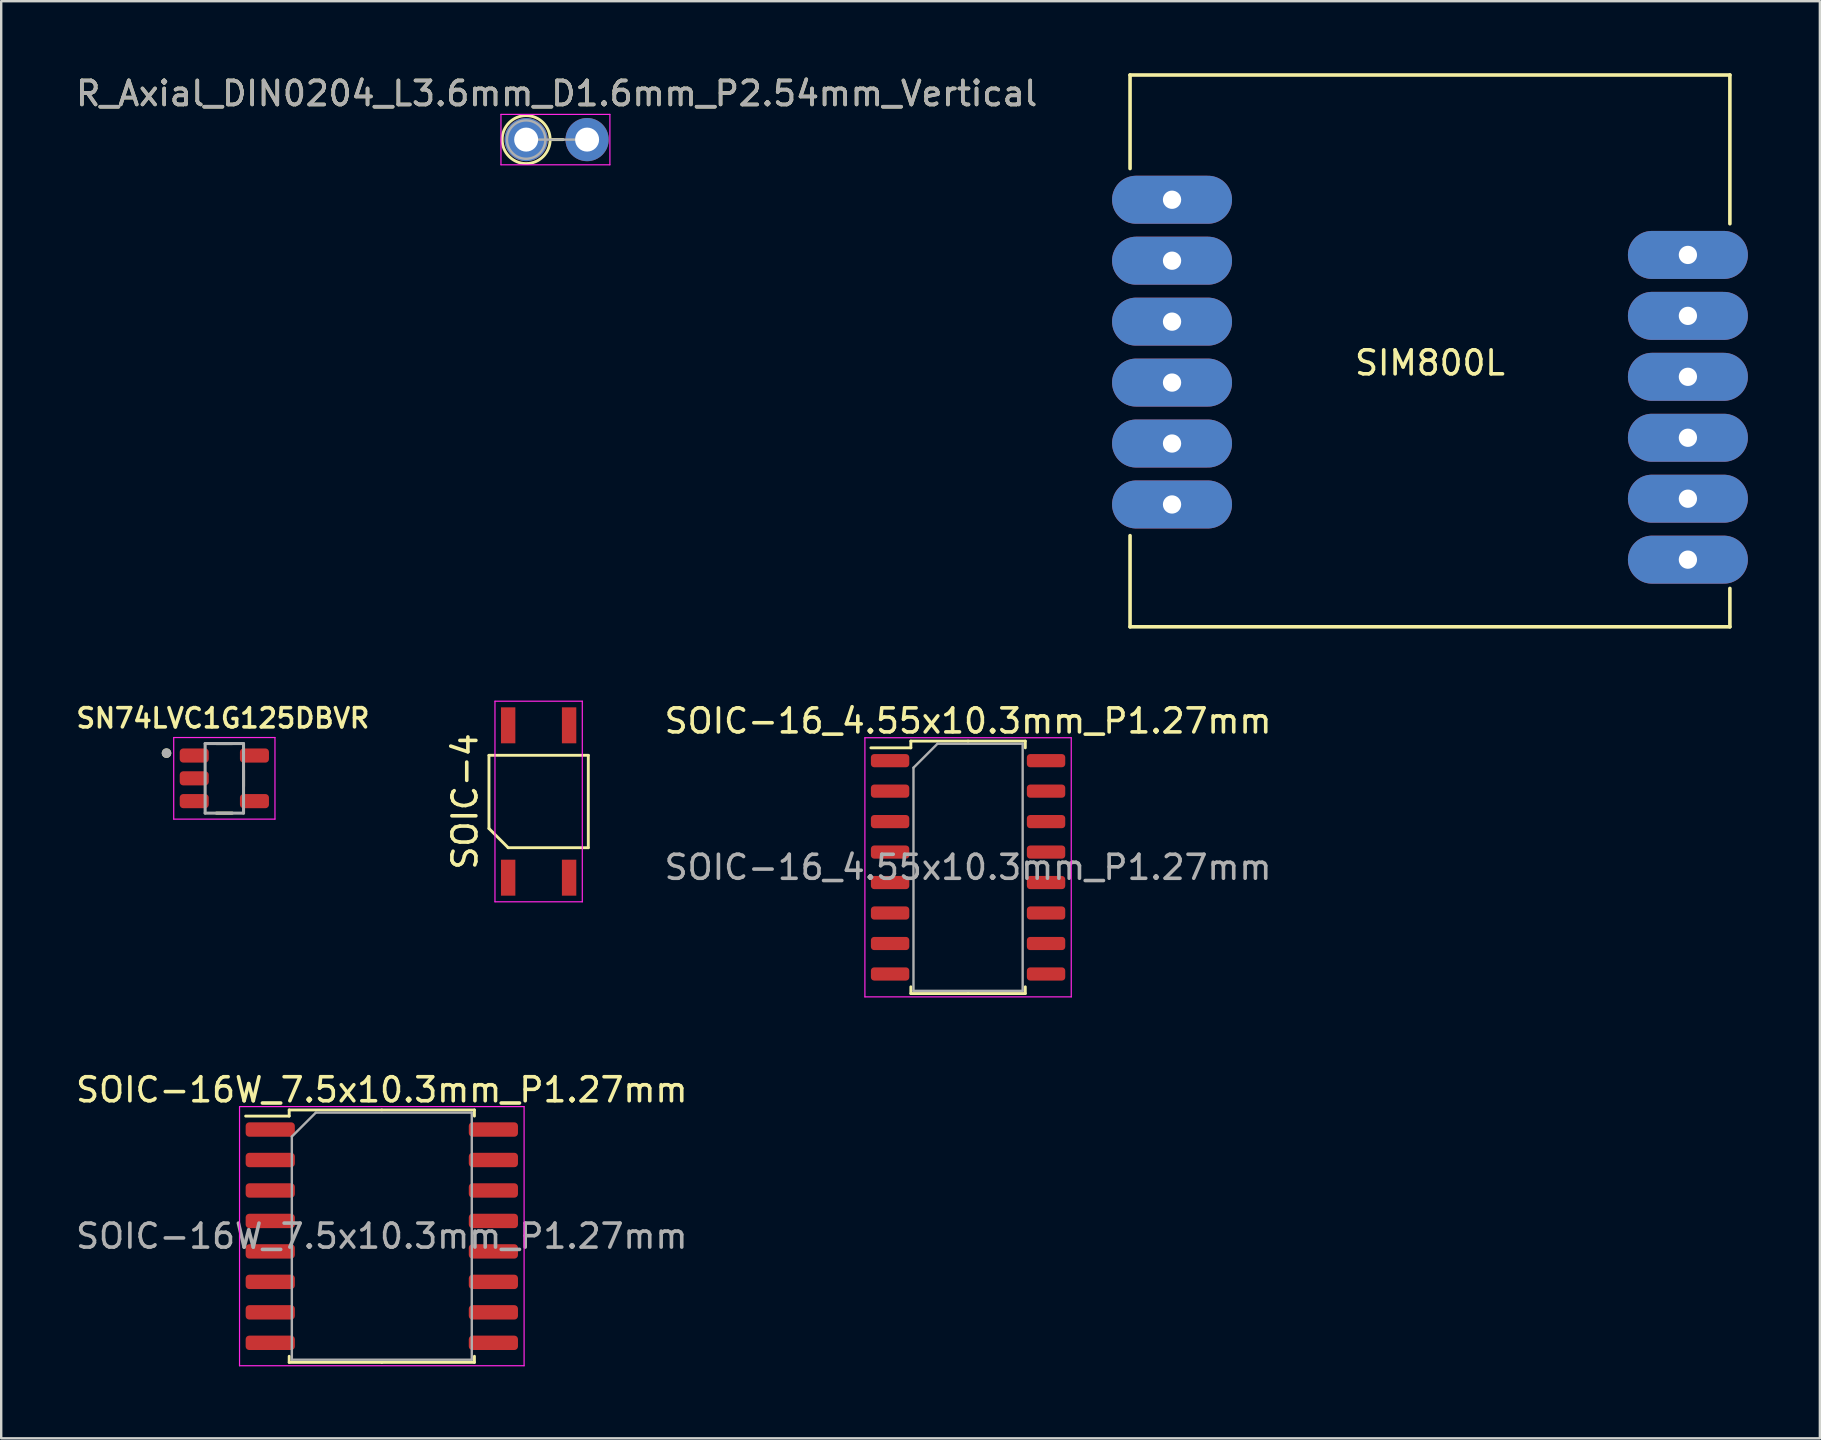
<source format=kicad_pcb>
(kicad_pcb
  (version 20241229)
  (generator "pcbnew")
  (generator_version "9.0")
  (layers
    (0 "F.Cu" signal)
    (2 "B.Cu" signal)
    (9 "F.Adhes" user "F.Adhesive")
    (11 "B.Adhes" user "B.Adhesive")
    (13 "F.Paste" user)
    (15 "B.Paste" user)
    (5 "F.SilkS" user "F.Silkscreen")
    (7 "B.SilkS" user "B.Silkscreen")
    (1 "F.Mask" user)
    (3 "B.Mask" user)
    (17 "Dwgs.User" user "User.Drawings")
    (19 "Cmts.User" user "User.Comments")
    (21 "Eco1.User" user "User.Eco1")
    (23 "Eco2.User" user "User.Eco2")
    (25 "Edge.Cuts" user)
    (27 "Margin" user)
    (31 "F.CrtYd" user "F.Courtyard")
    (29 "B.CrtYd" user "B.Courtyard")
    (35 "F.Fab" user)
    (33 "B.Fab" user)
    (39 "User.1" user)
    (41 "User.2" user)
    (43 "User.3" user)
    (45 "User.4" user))
  (footprint "SN74LVC1G125DBVR"
    (layer "F.Cu")
    (at 6.3 29.389)
    (property "Reference" "SN74LVC1G125DBVR" (at -0.06 -2.508 0) (layer "F.SilkS") (effects (font (size 0.8 0.8) (thickness 0.15))))
    (attr smd)
    (fp_line (start -0.33 -1.45) (end 0.33 -1.45) (stroke (width 0.127) (type solid)) (layer "F.SilkS"))
    (fp_line (start 0.33 1.45) (end -0.33 1.45) (stroke (width 0.127) (type solid)) (layer "F.SilkS"))
    (fp_line (start 0.8 -0.335) (end 0.8 0.335) (stroke (width 0.127) (type solid)) (layer "F.SilkS"))
    (fp_circle (center -2.41 -1.05) (end -2.31 -1.05) (stroke (width 0.2) (type solid)) (fill no) (layer "F.SilkS"))
    (fp_line (start -2.11 -1.7) (end 2.11 -1.7) (stroke (width 0.05) (type solid)) (layer "F.CrtYd"))
    (fp_line (start -2.11 1.7) (end -2.11 -1.7) (stroke (width 0.05) (type solid)) (layer "F.CrtYd"))
    (fp_line (start 2.11 -1.7) (end 2.11 1.7) (stroke (width 0.05) (type solid)) (layer "F.CrtYd"))
    (fp_line (start 2.11 1.7) (end -2.11 1.7) (stroke (width 0.05) (type solid)) (layer "F.CrtYd"))
    (fp_line (start -0.8 -1.45) (end 0.8 -1.45) (stroke (width 0.127) (type solid)) (layer "F.Fab"))
    (fp_line (start -0.8 1.45) (end -0.8 -1.45) (stroke (width 0.127) (type solid)) (layer "F.Fab"))
    (fp_line (start 0.8 -1.45) (end 0.8 1.45) (stroke (width 0.127) (type solid)) (layer "F.Fab"))
    (fp_line (start 0.8 1.45) (end -0.8 1.45) (stroke (width 0.127) (type solid)) (layer "F.Fab"))
    (fp_circle (center -2.41 -1.05) (end -2.31 -1.05) (stroke (width 0.2) (type solid)) (fill no) (layer "F.Fab"))
    (pad "1" smd roundrect (at -1.255 -0.95) (size 1.21 0.59) (layers "F.Cu" "F.Mask" "F.Paste") (roundrect_rratio 0.25))
    (pad "2" smd roundrect (at -1.255 0) (size 1.21 0.59) (layers "F.Cu" "F.Mask" "F.Paste") (roundrect_rratio 0.25))
    (pad "3" smd roundrect (at -1.255 0.95) (size 1.21 0.59) (layers "F.Cu" "F.Mask" "F.Paste") (roundrect_rratio 0.25))
    (pad "4" smd roundrect (at 1.255 0.95) (size 1.21 0.59) (layers "F.Cu" "F.Mask" "F.Paste") (roundrect_rratio 0.25))
    (pad "5" smd roundrect (at 1.255 -0.95) (size 1.21 0.59) (layers "F.Cu" "F.Mask" "F.Paste") (roundrect_rratio 0.25)))
  (footprint "R_Axial_DIN0204_L3.6mm_D1.6mm_P2.54mm_Vertical"
    (layer "F.Cu")
    (at 18.879 2.768)
    (property "Reference" "R_Axial_DIN0204_L3.6mm_D1.6mm_P2.54mm_Vertical" (at 1.27 -1.92 0) (layer "F.SilkS") (effects (font (size 1 1) (thickness 0.15))))
    (attr through_hole)
    (fp_line (start 1 0) (end 1.54 0) (stroke (width 0.12) (type solid)) (layer "F.SilkS"))
    (fp_circle (center 0 0) (end 1 0) (stroke (width 0.12) (type solid)) (fill no) (layer "F.SilkS"))
    (fp_line (start -1.05 -1.05) (end -1.05 1.05) (stroke (width 0.05) (type solid)) (layer "F.CrtYd"))
    (fp_line (start -1.05 1.05) (end 3.49 1.05) (stroke (width 0.05) (type solid)) (layer "F.CrtYd"))
    (fp_line (start 3.49 -1.05) (end -1.05 -1.05) (stroke (width 0.05) (type solid)) (layer "F.CrtYd"))
    (fp_line (start 3.49 1.05) (end 3.49 -1.05) (stroke (width 0.05) (type solid)) (layer "F.CrtYd"))
    (fp_line (start 0 0) (end 2.54 0) (stroke (width 0.1) (type solid)) (layer "F.Fab"))
    (fp_circle (center 0 0) (end 0.8 0) (stroke (width 0.1) (type solid)) (fill no) (layer "F.Fab"))
    (fp_text user "${REFERENCE}" (at 1.27 -1.92 0) (layer "F.Fab") (effects (font (size 1 1) (thickness 0.15))))
    (pad "1" thru_hole circle (at 0 0) (size 1.8 1.8) (drill 1) (layers "*.Cu" "*.Mask"))
    (pad "2" thru_hole oval (at 2.54 0) (size 1.8 1.8) (drill 1) (layers "*.Cu" "*.Mask")))
  (footprint "SOIC-16_4.55x10.3mm_P1.27mm"
    (layer "F.Cu")
    (at 37.297 33.098)
    (property "Reference" "SOIC-16_4.55x10.3mm_P1.27mm" (at 0 -6.1 0) (layer "F.SilkS") (effects (font (size 1 1) (thickness 0.15))))
    (attr smd)
    (fp_line (start -2.385 -5.26) (end -2.385 -4.98) (stroke (width 0.12) (type solid)) (layer "F.SilkS"))
    (fp_line (start -2.385 -4.98) (end -4.05 -4.98) (stroke (width 0.12) (type solid)) (layer "F.SilkS"))
    (fp_line (start -2.385 5.26) (end -2.385 4.98) (stroke (width 0.12) (type solid)) (layer "F.SilkS"))
    (fp_line (start 0 -5.26) (end -2.385 -5.26) (stroke (width 0.12) (type solid)) (layer "F.SilkS"))
    (fp_line (start 0 -5.26) (end 2.385 -5.26) (stroke (width 0.12) (type solid)) (layer "F.SilkS"))
    (fp_line (start 0 5.26) (end -2.385 5.26) (stroke (width 0.12) (type solid)) (layer "F.SilkS"))
    (fp_line (start 0 5.26) (end 2.385 5.26) (stroke (width 0.12) (type solid)) (layer "F.SilkS"))
    (fp_line (start 2.385 -5.26) (end 2.385 -4.98) (stroke (width 0.12) (type solid)) (layer "F.SilkS"))
    (fp_line (start 2.385 5.26) (end 2.385 4.98) (stroke (width 0.12) (type solid)) (layer "F.SilkS"))
    (fp_line (start -4.3 -5.4) (end -4.3 5.4) (stroke (width 0.05) (type solid)) (layer "F.CrtYd"))
    (fp_line (start -4.3 5.4) (end 4.3 5.4) (stroke (width 0.05) (type solid)) (layer "F.CrtYd"))
    (fp_line (start 4.3 -5.4) (end -4.3 -5.4) (stroke (width 0.05) (type solid)) (layer "F.CrtYd"))
    (fp_line (start 4.3 5.4) (end 4.3 -5.4) (stroke (width 0.05) (type solid)) (layer "F.CrtYd"))
    (fp_line (start -2.275 -4.15) (end -1.275 -5.15) (stroke (width 0.1) (type solid)) (layer "F.Fab"))
    (fp_line (start -2.275 5.15) (end -2.275 -4.15) (stroke (width 0.1) (type solid)) (layer "F.Fab"))
    (fp_line (start -1.275 -5.15) (end 2.275 -5.15) (stroke (width 0.1) (type solid)) (layer "F.Fab"))
    (fp_line (start 2.275 -5.15) (end 2.275 5.15) (stroke (width 0.1) (type solid)) (layer "F.Fab"))
    (fp_line (start 2.275 5.15) (end -2.275 5.15) (stroke (width 0.1) (type solid)) (layer "F.Fab"))
    (fp_text user "${REFERENCE}" (at 0 0 0) (layer "F.Fab") (effects (font (size 1 1) (thickness 0.15))))
    (pad "1" smd roundrect (at -3.25 -4.445) (size 1.6 0.55) (layers "F.Cu" "F.Mask" "F.Paste") (roundrect_rratio 0.25))
    (pad "2" smd roundrect (at -3.25 -3.175) (size 1.6 0.55) (layers "F.Cu" "F.Mask" "F.Paste") (roundrect_rratio 0.25))
    (pad "3" smd roundrect (at -3.25 -1.905) (size 1.6 0.55) (layers "F.Cu" "F.Mask" "F.Paste") (roundrect_rratio 0.25))
    (pad "4" smd roundrect (at -3.25 -0.635) (size 1.6 0.55) (layers "F.Cu" "F.Mask" "F.Paste") (roundrect_rratio 0.25))
    (pad "5" smd roundrect (at -3.25 0.635) (size 1.6 0.55) (layers "F.Cu" "F.Mask" "F.Paste") (roundrect_rratio 0.25))
    (pad "6" smd roundrect (at -3.25 1.905) (size 1.6 0.55) (layers "F.Cu" "F.Mask" "F.Paste") (roundrect_rratio 0.25))
    (pad "7" smd roundrect (at -3.25 3.175) (size 1.6 0.55) (layers "F.Cu" "F.Mask" "F.Paste") (roundrect_rratio 0.25))
    (pad "8" smd roundrect (at -3.25 4.445) (size 1.6 0.55) (layers "F.Cu" "F.Mask" "F.Paste") (roundrect_rratio 0.25))
    (pad "9" smd roundrect (at 3.25 4.445) (size 1.6 0.55) (layers "F.Cu" "F.Mask" "F.Paste") (roundrect_rratio 0.25))
    (pad "10" smd roundrect (at 3.25 3.175) (size 1.6 0.55) (layers "F.Cu" "F.Mask" "F.Paste") (roundrect_rratio 0.25))
    (pad "11" smd roundrect (at 3.25 1.905) (size 1.6 0.55) (layers "F.Cu" "F.Mask" "F.Paste") (roundrect_rratio 0.25))
    (pad "12" smd roundrect (at 3.25 0.635) (size 1.6 0.55) (layers "F.Cu" "F.Mask" "F.Paste") (roundrect_rratio 0.25))
    (pad "13" smd roundrect (at 3.25 -0.635) (size 1.6 0.55) (layers "F.Cu" "F.Mask" "F.Paste") (roundrect_rratio 0.25))
    (pad "14" smd roundrect (at 3.25 -1.905) (size 1.6 0.55) (layers "F.Cu" "F.Mask" "F.Paste") (roundrect_rratio 0.25))
    (pad "15" smd roundrect (at 3.25 -3.175) (size 1.6 0.55) (layers "F.Cu" "F.Mask" "F.Paste") (roundrect_rratio 0.25))
    (pad "16" smd roundrect (at 3.25 -4.445) (size 1.6 0.55) (layers "F.Cu" "F.Mask" "F.Paste") (roundrect_rratio 0.25)))
  (footprint "SOIC-4"
    (layer "F.Cu")
    (at 19.399 30.355)
    (property "Reference" "SOIC-4" (at -3.07 0 90) (layer "F.SilkS") (effects (font (size 1 1) (thickness 0.15))))
    (attr smd)
    (fp_line (start -2.07 -1.925) (end 2.07 -1.925) (stroke (width 0.12) (type default)) (layer "F.SilkS"))
    (fp_line (start -2.07 1.125) (end -2.07 -1.925) (stroke (width 0.12) (type default)) (layer "F.SilkS"))
    (fp_line (start -1.27 1.925) (end -2.07 1.125) (stroke (width 0.12) (type default)) (layer "F.SilkS"))
    (fp_line (start 2.07 -1.925) (end 2.07 1.925) (stroke (width 0.12) (type default)) (layer "F.SilkS"))
    (fp_line (start 2.07 1.925) (end -1.27 1.925) (stroke (width 0.12) (type default)) (layer "F.SilkS"))
    (fp_line (start -1.82 -4.18) (end 1.82 -4.18) (stroke (width 0.05) (type default)) (layer "F.CrtYd"))
    (fp_line (start -1.82 4.18) (end -1.82 -4.18) (stroke (width 0.05) (type default)) (layer "F.CrtYd"))
    (fp_line (start 1.82 -4.18) (end 1.82 4.18) (stroke (width 0.05) (type default)) (layer "F.CrtYd"))
    (fp_line (start 1.82 4.18) (end -1.82 4.18) (stroke (width 0.05) (type default)) (layer "F.CrtYd"))
    (pad "1" smd rect (at -1.27 3.175) (size 0.6 1.5) (layers "F.Cu" "F.Mask" "F.Paste"))
    (pad "2" smd rect (at 1.27 3.175) (size 0.6 1.5) (layers "F.Cu" "F.Mask" "F.Paste"))
    (pad "3" smd rect (at 1.27 -3.175) (size 0.6 1.5) (layers "F.Cu" "F.Mask" "F.Paste"))
    (pad "4" smd rect (at -1.27 -3.175) (size 0.6 1.5) (layers "F.Cu" "F.Mask" "F.Paste")))
  (footprint "SOIC-16W_7.5x10.3mm_P1.27mm"
    (layer "F.Cu")
    (at 12.863 48.471)
    (property "Reference" "SOIC-16W_7.5x10.3mm_P1.27mm" (at 0 -6.1 0) (layer "F.SilkS") (effects (font (size 1 1) (thickness 0.15))))
    (attr smd)
    (fp_line (start -3.86 -5.26) (end -3.86 -5.005) (stroke (width 0.12) (type solid)) (layer "F.SilkS"))
    (fp_line (start -3.86 -5.005) (end -5.675 -5.005) (stroke (width 0.12) (type solid)) (layer "F.SilkS"))
    (fp_line (start -3.86 5.26) (end -3.86 5.005) (stroke (width 0.12) (type solid)) (layer "F.SilkS"))
    (fp_line (start 0 -5.26) (end -3.86 -5.26) (stroke (width 0.12) (type solid)) (layer "F.SilkS"))
    (fp_line (start 0 -5.26) (end 3.86 -5.26) (stroke (width 0.12) (type solid)) (layer "F.SilkS"))
    (fp_line (start 0 5.26) (end -3.86 5.26) (stroke (width 0.12) (type solid)) (layer "F.SilkS"))
    (fp_line (start 0 5.26) (end 3.86 5.26) (stroke (width 0.12) (type solid)) (layer "F.SilkS"))
    (fp_line (start 3.86 -5.26) (end 3.86 -5.005) (stroke (width 0.12) (type solid)) (layer "F.SilkS"))
    (fp_line (start 3.86 5.26) (end 3.86 5.005) (stroke (width 0.12) (type solid)) (layer "F.SilkS"))
    (fp_line (start -5.93 -5.4) (end -5.93 5.4) (stroke (width 0.05) (type solid)) (layer "F.CrtYd"))
    (fp_line (start -5.93 5.4) (end 5.93 5.4) (stroke (width 0.05) (type solid)) (layer "F.CrtYd"))
    (fp_line (start 5.93 -5.4) (end -5.93 -5.4) (stroke (width 0.05) (type solid)) (layer "F.CrtYd"))
    (fp_line (start 5.93 5.4) (end 5.93 -5.4) (stroke (width 0.05) (type solid)) (layer "F.CrtYd"))
    (fp_line (start -3.75 -4.15) (end -2.75 -5.15) (stroke (width 0.1) (type solid)) (layer "F.Fab"))
    (fp_line (start -3.75 5.15) (end -3.75 -4.15) (stroke (width 0.1) (type solid)) (layer "F.Fab"))
    (fp_line (start -2.75 -5.15) (end 3.75 -5.15) (stroke (width 0.1) (type solid)) (layer "F.Fab"))
    (fp_line (start 3.75 -5.15) (end 3.75 5.15) (stroke (width 0.1) (type solid)) (layer "F.Fab"))
    (fp_line (start 3.75 5.15) (end -3.75 5.15) (stroke (width 0.1) (type solid)) (layer "F.Fab"))
    (fp_text user "${REFERENCE}" (at 0 0 0) (layer "F.Fab") (effects (font (size 1 1) (thickness 0.15))))
    (pad "1" smd roundrect (at -4.65 -4.445) (size 2.05 0.6) (layers "F.Cu" "F.Mask" "F.Paste") (roundrect_rratio 0.25))
    (pad "2" smd roundrect (at -4.65 -3.175) (size 2.05 0.6) (layers "F.Cu" "F.Mask" "F.Paste") (roundrect_rratio 0.25))
    (pad "3" smd roundrect (at -4.65 -1.905) (size 2.05 0.6) (layers "F.Cu" "F.Mask" "F.Paste") (roundrect_rratio 0.25))
    (pad "4" smd roundrect (at -4.65 -0.635) (size 2.05 0.6) (layers "F.Cu" "F.Mask" "F.Paste") (roundrect_rratio 0.25))
    (pad "5" smd roundrect (at -4.65 0.635) (size 2.05 0.6) (layers "F.Cu" "F.Mask" "F.Paste") (roundrect_rratio 0.25))
    (pad "6" smd roundrect (at -4.65 1.905) (size 2.05 0.6) (layers "F.Cu" "F.Mask" "F.Paste") (roundrect_rratio 0.25))
    (pad "7" smd roundrect (at -4.65 3.175) (size 2.05 0.6) (layers "F.Cu" "F.Mask" "F.Paste") (roundrect_rratio 0.25))
    (pad "8" smd roundrect (at -4.65 4.445) (size 2.05 0.6) (layers "F.Cu" "F.Mask" "F.Paste") (roundrect_rratio 0.25))
    (pad "9" smd roundrect (at 4.65 4.445) (size 2.05 0.6) (layers "F.Cu" "F.Mask" "F.Paste") (roundrect_rratio 0.25))
    (pad "10" smd roundrect (at 4.65 3.175) (size 2.05 0.6) (layers "F.Cu" "F.Mask" "F.Paste") (roundrect_rratio 0.25))
    (pad "11" smd roundrect (at 4.65 1.905) (size 2.05 0.6) (layers "F.Cu" "F.Mask" "F.Paste") (roundrect_rratio 0.25))
    (pad "12" smd roundrect (at 4.65 0.635) (size 2.05 0.6) (layers "F.Cu" "F.Mask" "F.Paste") (roundrect_rratio 0.25))
    (pad "13" smd roundrect (at 4.65 -0.635) (size 2.05 0.6) (layers "F.Cu" "F.Mask" "F.Paste") (roundrect_rratio 0.25))
    (pad "14" smd roundrect (at 4.65 -1.905) (size 2.05 0.6) (layers "F.Cu" "F.Mask" "F.Paste") (roundrect_rratio 0.25))
    (pad "15" smd roundrect (at 4.65 -3.175) (size 2.05 0.6) (layers "F.Cu" "F.Mask" "F.Paste") (roundrect_rratio 0.25))
    (pad "16" smd roundrect (at 4.65 -4.445) (size 2.05 0.6) (layers "F.Cu" "F.Mask" "F.Paste") (roundrect_rratio 0.25)))
  (footprint "SIM800L"
    (layer "F.Cu")
    (at 56.548 11.575)
    (property "Reference" "SIM800L" (at 0 0.5 0) (layer "F.SilkS") (effects (font (size 1 1) (thickness 0.15))))
    (attr through_hole)
    (fp_line (start -12.5 -7.6) (end -12.5 -11.5) (stroke (width 0.15) (type solid)) (layer "F.SilkS"))
    (fp_line (start -12.5 11.5) (end -12.5 7.7) (stroke (width 0.15) (type solid)) (layer "F.SilkS"))
    (fp_line (start -12.5 11.5) (end 12.5 11.5) (stroke (width 0.15) (type solid)) (layer "F.SilkS"))
    (fp_line (start 12.5 -11.5) (end -12.5 -11.5) (stroke (width 0.15) (type solid)) (layer "F.SilkS"))
    (fp_line (start 12.5 -5.3) (end 12.5 -11.5) (stroke (width 0.15) (type solid)) (layer "F.SilkS"))
    (fp_line (start 12.5 11.5) (end 12.5 9.9) (stroke (width 0.15) (type solid)) (layer "F.SilkS"))
    (pad "1" thru_hole oval (at -10.75 -6.3) (size 5 2) (drill 0.762) (layers "*.Cu" "*.Mask"))
    (pad "2" thru_hole oval (at -10.75 -3.76) (size 5 2) (drill 0.762) (layers "*.Cu" "*.Mask"))
    (pad "3" thru_hole oval (at -10.75 -1.22) (size 5 2) (drill 0.762) (layers "*.Cu" "*.Mask"))
    (pad "4" thru_hole oval (at -10.75 1.32) (size 5 2) (drill 0.762) (layers "*.Cu" "*.Mask"))
    (pad "5" thru_hole oval (at -10.75 3.86) (size 5 2) (drill 0.762) (layers "*.Cu" "*.Mask"))
    (pad "6" thru_hole oval (at -10.75 6.4) (size 5 2) (drill 0.762) (layers "*.Cu" "*.Mask"))
    (pad "7" thru_hole oval (at 10.75 -4) (size 5 2) (drill 0.762) (layers "*.Cu" "*.Mask"))
    (pad "8" thru_hole oval (at 10.75 -1.46) (size 5 2) (drill 0.762) (layers "*.Cu" "*.Mask"))
    (pad "9" thru_hole oval (at 10.75 1.08) (size 5 2) (drill 0.762) (layers "*.Cu" "*.Mask"))
    (pad "10" thru_hole oval (at 10.75 3.62) (size 5 2) (drill 0.762) (layers "*.Cu" "*.Mask"))
    (pad "11" thru_hole oval (at 10.75 6.16) (size 5 2) (drill 0.762) (layers "*.Cu" "*.Mask"))
    (pad "12" thru_hole oval (at 10.75 8.7) (size 5 2) (drill 0.762) (layers "*.Cu" "*.Mask")))
  (gr_rect
    (start -3 -3)
    (end 72.798 56.897)
    (stroke (width 0.1) (type default))
    (fill no)
    (layer "Edge.Cuts")))
</source>
